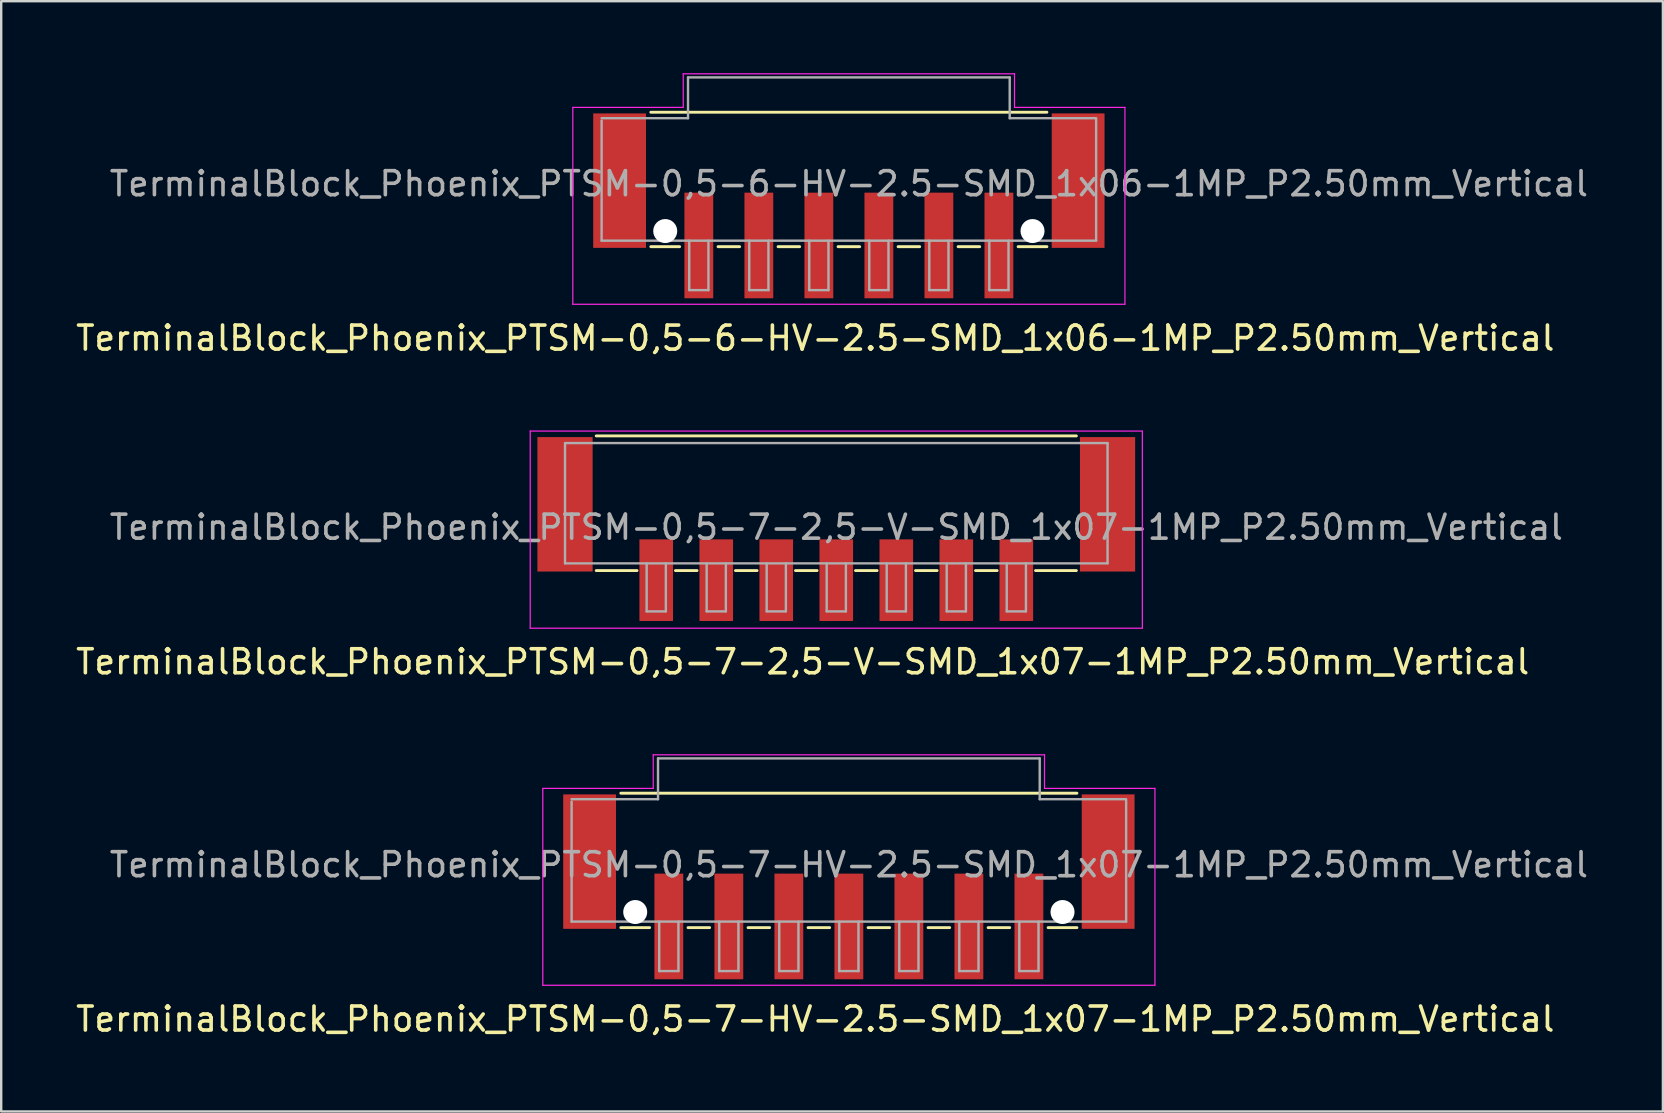
<source format=kicad_pcb>
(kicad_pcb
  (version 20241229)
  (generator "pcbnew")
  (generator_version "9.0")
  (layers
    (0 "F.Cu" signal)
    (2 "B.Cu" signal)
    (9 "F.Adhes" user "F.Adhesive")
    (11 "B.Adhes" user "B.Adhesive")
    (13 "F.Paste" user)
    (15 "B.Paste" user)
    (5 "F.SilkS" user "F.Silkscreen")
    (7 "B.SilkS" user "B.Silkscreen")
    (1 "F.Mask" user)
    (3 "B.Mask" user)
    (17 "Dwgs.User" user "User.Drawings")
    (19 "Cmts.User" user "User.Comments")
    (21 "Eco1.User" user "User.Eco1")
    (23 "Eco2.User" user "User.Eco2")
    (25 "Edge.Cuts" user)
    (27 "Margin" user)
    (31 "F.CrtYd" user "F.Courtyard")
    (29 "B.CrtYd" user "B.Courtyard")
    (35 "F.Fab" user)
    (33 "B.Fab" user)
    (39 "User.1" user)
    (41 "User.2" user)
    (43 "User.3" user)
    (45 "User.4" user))
  (footprint "TerminalBlock_Phoenix_PTSM-0,5-7-HV-2.5-SMD_1x07-1MP_P2.50mm_Vertical"
    (layer "F.Cu")
    (at 32.311 33.892)
    (property "Reference" "TerminalBlock_Phoenix_PTSM-0,5-7-HV-2.5-SMD_1x07-1MP_P2.50mm_Vertical" (at -1.4 5.51 0) (layer "F.SilkS") (effects (font (size 1 1) (thickness 0.15))))
    (attr smd)
    (fp_line (start -9.5 -3.9) (end 9.5 -3.9) (stroke (width 0.12) (type solid)) (layer "F.SilkS"))
    (fp_line (start -8.3 1.7) (end -9.5 1.7) (stroke (width 0.12) (type solid)) (layer "F.SilkS"))
    (fp_line (start -5.8 1.7) (end -6.7 1.7) (stroke (width 0.12) (type solid)) (layer "F.SilkS"))
    (fp_line (start -3.3 1.7) (end -4.2 1.7) (stroke (width 0.12) (type solid)) (layer "F.SilkS"))
    (fp_line (start -0.8 1.7) (end -1.7 1.7) (stroke (width 0.12) (type solid)) (layer "F.SilkS"))
    (fp_line (start 1.7 1.7) (end 0.8 1.7) (stroke (width 0.12) (type solid)) (layer "F.SilkS"))
    (fp_line (start 4.2 1.7) (end 3.3 1.7) (stroke (width 0.12) (type solid)) (layer "F.SilkS"))
    (fp_line (start 6.7 1.7) (end 5.8 1.7) (stroke (width 0.12) (type solid)) (layer "F.SilkS"))
    (fp_line (start 9.5 1.7) (end 8.3 1.7) (stroke (width 0.12) (type solid)) (layer "F.SilkS"))
    (fp_line (start -12.75 -4.1) (end -8.15 -4.1) (stroke (width 0.05) (type solid)) (layer "F.CrtYd"))
    (fp_line (start -12.75 4.1) (end -12.75 -4.1) (stroke (width 0.05) (type solid)) (layer "F.CrtYd"))
    (fp_line (start -8.15 -5.5) (end 8.15 -5.5) (stroke (width 0.05) (type solid)) (layer "F.CrtYd"))
    (fp_line (start -8.15 -4.1) (end -8.15 -5.5) (stroke (width 0.05) (type solid)) (layer "F.CrtYd"))
    (fp_line (start 8.15 -4.1) (end 8.15 -5.5) (stroke (width 0.05) (type solid)) (layer "F.CrtYd"))
    (fp_line (start 12.75 -4.1) (end 8.15 -4.1) (stroke (width 0.05) (type solid)) (layer "F.CrtYd"))
    (fp_line (start 12.75 -4.1) (end 12.75 4.1) (stroke (width 0.05) (type solid)) (layer "F.CrtYd"))
    (fp_line (start 12.75 4.1) (end -12.75 4.1) (stroke (width 0.05) (type solid)) (layer "F.CrtYd"))
    (fp_line (start -11.55 -3.65) (end -7.95 -3.65) (stroke (width 0.1) (type solid)) (layer "F.Fab"))
    (fp_line (start -11.55 1.45) (end -11.55 -3.55) (stroke (width 0.1) (type solid)) (layer "F.Fab"))
    (fp_line (start -7.95 -5.35) (end 7.95 -5.35) (stroke (width 0.1) (type solid)) (layer "F.Fab"))
    (fp_line (start -7.95 -3.65) (end -7.95 -5.35) (stroke (width 0.1) (type solid)) (layer "F.Fab"))
    (fp_line (start -7.9 1.45) (end -7.9 3.51) (stroke (width 0.1) (type solid)) (layer "F.Fab"))
    (fp_line (start -7.9 3.51) (end -7.1 3.51) (stroke (width 0.1) (type solid)) (layer "F.Fab"))
    (fp_line (start -7.1 1.45) (end -7.1 3.51) (stroke (width 0.1) (type solid)) (layer "F.Fab"))
    (fp_line (start -5.4 1.45) (end -5.4 3.51) (stroke (width 0.1) (type solid)) (layer "F.Fab"))
    (fp_line (start -5.4 3.51) (end -4.6 3.51) (stroke (width 0.1) (type solid)) (layer "F.Fab"))
    (fp_line (start -4.6 1.45) (end -4.6 3.51) (stroke (width 0.1) (type solid)) (layer "F.Fab"))
    (fp_line (start -2.9 1.45) (end -2.9 3.51) (stroke (width 0.1) (type solid)) (layer "F.Fab"))
    (fp_line (start -2.9 3.51) (end -2.1 3.51) (stroke (width 0.1) (type solid)) (layer "F.Fab"))
    (fp_line (start -2.1 1.45) (end -2.1 3.51) (stroke (width 0.1) (type solid)) (layer "F.Fab"))
    (fp_line (start -0.4 1.45) (end -0.4 3.51) (stroke (width 0.1) (type solid)) (layer "F.Fab"))
    (fp_line (start -0.4 3.51) (end 0.4 3.51) (stroke (width 0.1) (type solid)) (layer "F.Fab"))
    (fp_line (start 0.4 1.45) (end 0.4 3.51) (stroke (width 0.1) (type solid)) (layer "F.Fab"))
    (fp_line (start 2.1 1.45) (end 2.1 3.51) (stroke (width 0.1) (type solid)) (layer "F.Fab"))
    (fp_line (start 2.1 3.51) (end 2.9 3.51) (stroke (width 0.1) (type solid)) (layer "F.Fab"))
    (fp_line (start 2.9 1.45) (end 2.9 3.51) (stroke (width 0.1) (type solid)) (layer "F.Fab"))
    (fp_line (start 4.6 1.45) (end 4.6 3.51) (stroke (width 0.1) (type solid)) (layer "F.Fab"))
    (fp_line (start 4.6 3.51) (end 5.4 3.51) (stroke (width 0.1) (type solid)) (layer "F.Fab"))
    (fp_line (start 5.4 1.45) (end 5.4 3.51) (stroke (width 0.1) (type solid)) (layer "F.Fab"))
    (fp_line (start 7.1 1.45) (end 7.1 3.51) (stroke (width 0.1) (type solid)) (layer "F.Fab"))
    (fp_line (start 7.1 3.51) (end 7.9 3.51) (stroke (width 0.1) (type solid)) (layer "F.Fab"))
    (fp_line (start 7.9 1.45) (end 7.9 3.51) (stroke (width 0.1) (type solid)) (layer "F.Fab"))
    (fp_line (start 7.95 -5.35) (end 7.95 -3.65) (stroke (width 0.1) (type solid)) (layer "F.Fab"))
    (fp_line (start 7.95 -3.65) (end 11.55 -3.65) (stroke (width 0.1) (type solid)) (layer "F.Fab"))
    (fp_line (start 11.55 1.45) (end -11.55 1.45) (stroke (width 0.1) (type solid)) (layer "F.Fab"))
    (fp_line (start 11.55 1.45) (end 11.55 -3.6) (stroke (width 0.1) (type solid)) (layer "F.Fab"))
    (fp_text user "${REFERENCE}" (at 0 -0.92 0) (layer "F.Fab") (effects (font (size 1 1) (thickness 0.15))))
    (pad "" np_thru_hole circle (at -8.9 1.05) (size 1 1) (drill 1) (layers "*.Cu" "*.Mask"))
    (pad "" np_thru_hole circle (at 8.9 1.05) (size 1 1) (drill 1) (layers "*.Cu" "*.Mask"))
    (pad "1" smd rect (at -7.5 1.65 180) (size 1.2 4.4) (layers "F.Cu" "F.Mask" "F.Paste"))
    (pad "2" smd rect (at -5 1.65 180) (size 1.2 4.4) (layers "F.Cu" "F.Mask" "F.Paste"))
    (pad "3" smd rect (at -2.5 1.65 180) (size 1.2 4.4) (layers "F.Cu" "F.Mask" "F.Paste"))
    (pad "4" smd rect (at 0 1.65 180) (size 1.2 4.4) (layers "F.Cu" "F.Mask" "F.Paste"))
    (pad "5" smd rect (at 2.5 1.65 180) (size 1.2 4.4) (layers "F.Cu" "F.Mask" "F.Paste"))
    (pad "6" smd rect (at 5 1.65 180) (size 1.2 4.4) (layers "F.Cu" "F.Mask" "F.Paste"))
    (pad "7" smd rect (at 7.5 1.65 180) (size 1.2 4.4) (layers "F.Cu" "F.Mask" "F.Paste"))
    (pad "MP" smd rect (at -10.8 -1.05 180) (size 2.2 5.6) (layers "F.Cu" "F.Mask" "F.Paste"))
    (pad "MP" smd rect (at 10.8 -1.05 180) (size 2.2 5.6) (layers "F.Cu" "F.Mask" "F.Paste")))
  (footprint "TerminalBlock_Phoenix_PTSM-0,5-7-2,5-V-SMD_1x07-1MP_P2.50mm_Vertical"
    (layer "F.Cu")
    (at 31.787 18.988)
    (property "Reference" "TerminalBlock_Phoenix_PTSM-0,5-7-2,5-V-SMD_1x07-1MP_P2.50mm_Vertical" (at -1.4 5.53 0) (layer "F.SilkS") (effects (font (size 1 1) (thickness 0.15))))
    (attr smd)
    (fp_line (start -10 -3.88) (end 10 -3.88) (stroke (width 0.12) (type solid)) (layer "F.SilkS"))
    (fp_line (start -8.3 1.73) (end -10 1.73) (stroke (width 0.12) (type solid)) (layer "F.SilkS"))
    (fp_line (start -5.8 1.73) (end -6.7 1.73) (stroke (width 0.12) (type solid)) (layer "F.SilkS"))
    (fp_line (start -3.3 1.73) (end -4.2 1.73) (stroke (width 0.12) (type solid)) (layer "F.SilkS"))
    (fp_line (start -0.8 1.73) (end -1.7 1.73) (stroke (width 0.12) (type solid)) (layer "F.SilkS"))
    (fp_line (start 1.7 1.73) (end 0.8 1.73) (stroke (width 0.12) (type solid)) (layer "F.SilkS"))
    (fp_line (start 4.2 1.73) (end 3.3 1.73) (stroke (width 0.12) (type solid)) (layer "F.SilkS"))
    (fp_line (start 6.7 1.73) (end 5.8 1.73) (stroke (width 0.12) (type solid)) (layer "F.SilkS"))
    (fp_line (start 10 1.73) (end 8.3 1.73) (stroke (width 0.12) (type solid)) (layer "F.SilkS"))
    (fp_line (start -12.75 -4.08) (end 12.75 -4.08) (stroke (width 0.05) (type solid)) (layer "F.CrtYd"))
    (fp_line (start -12.75 4.13) (end -12.75 -4.08) (stroke (width 0.05) (type solid)) (layer "F.CrtYd"))
    (fp_line (start 12.75 -4.08) (end 12.75 4.13) (stroke (width 0.05) (type solid)) (layer "F.CrtYd"))
    (fp_line (start 12.75 4.13) (end -12.75 4.13) (stroke (width 0.05) (type solid)) (layer "F.CrtYd"))
    (fp_line (start -11.3 -3.58) (end 11.3 -3.58) (stroke (width 0.1) (type solid)) (layer "F.Fab"))
    (fp_line (start -11.3 1.43) (end -11.3 -3.58) (stroke (width 0.1) (type solid)) (layer "F.Fab"))
    (fp_line (start -7.9 1.43) (end -7.9 3.43) (stroke (width 0.1) (type solid)) (layer "F.Fab"))
    (fp_line (start -7.9 3.43) (end -7.1 3.43) (stroke (width 0.1) (type solid)) (layer "F.Fab"))
    (fp_line (start -7.1 1.43) (end -7.1 3.43) (stroke (width 0.1) (type solid)) (layer "F.Fab"))
    (fp_line (start -5.4 1.43) (end -5.4 3.43) (stroke (width 0.1) (type solid)) (layer "F.Fab"))
    (fp_line (start -5.4 3.43) (end -4.6 3.43) (stroke (width 0.1) (type solid)) (layer "F.Fab"))
    (fp_line (start -4.6 1.43) (end -4.6 3.43) (stroke (width 0.1) (type solid)) (layer "F.Fab"))
    (fp_line (start -2.9 1.43) (end -2.9 3.43) (stroke (width 0.1) (type solid)) (layer "F.Fab"))
    (fp_line (start -2.9 3.43) (end -2.1 3.43) (stroke (width 0.1) (type solid)) (layer "F.Fab"))
    (fp_line (start -2.1 1.43) (end -2.1 3.43) (stroke (width 0.1) (type solid)) (layer "F.Fab"))
    (fp_line (start -0.4 1.43) (end -0.4 3.43) (stroke (width 0.1) (type solid)) (layer "F.Fab"))
    (fp_line (start -0.4 3.43) (end 0.4 3.43) (stroke (width 0.1) (type solid)) (layer "F.Fab"))
    (fp_line (start 0.4 1.43) (end 0.4 3.43) (stroke (width 0.1) (type solid)) (layer "F.Fab"))
    (fp_line (start 2.1 1.43) (end 2.1 3.43) (stroke (width 0.1) (type solid)) (layer "F.Fab"))
    (fp_line (start 2.1 3.43) (end 2.9 3.43) (stroke (width 0.1) (type solid)) (layer "F.Fab"))
    (fp_line (start 2.9 1.43) (end 2.9 3.43) (stroke (width 0.1) (type solid)) (layer "F.Fab"))
    (fp_line (start 4.6 1.43) (end 4.6 3.43) (stroke (width 0.1) (type solid)) (layer "F.Fab"))
    (fp_line (start 4.6 3.43) (end 5.4 3.43) (stroke (width 0.1) (type solid)) (layer "F.Fab"))
    (fp_line (start 5.4 1.43) (end 5.4 3.43) (stroke (width 0.1) (type solid)) (layer "F.Fab"))
    (fp_line (start 7.1 1.43) (end 7.1 3.43) (stroke (width 0.1) (type solid)) (layer "F.Fab"))
    (fp_line (start 7.1 3.43) (end 7.9 3.43) (stroke (width 0.1) (type solid)) (layer "F.Fab"))
    (fp_line (start 7.9 1.43) (end 7.9 3.43) (stroke (width 0.1) (type solid)) (layer "F.Fab"))
    (fp_line (start 11.3 1.43) (end -11.3 1.43) (stroke (width 0.1) (type solid)) (layer "F.Fab"))
    (fp_line (start 11.3 1.43) (end 11.3 -3.58) (stroke (width 0.1) (type solid)) (layer "F.Fab"))
    (fp_text user "${REFERENCE}" (at 0 -0.075 0) (layer "F.Fab") (effects (font (size 1 1) (thickness 0.15))))
    (pad "1" smd rect (at -7.5 2.13 180) (size 1.4 3.4) (layers "F.Cu" "F.Mask" "F.Paste"))
    (pad "2" smd rect (at -5 2.13 180) (size 1.4 3.4) (layers "F.Cu" "F.Mask" "F.Paste"))
    (pad "3" smd rect (at -2.5 2.13 180) (size 1.4 3.4) (layers "F.Cu" "F.Mask" "F.Paste"))
    (pad "4" smd rect (at 0 2.13 180) (size 1.4 3.4) (layers "F.Cu" "F.Mask" "F.Paste"))
    (pad "5" smd rect (at 2.5 2.13 180) (size 1.4 3.4) (layers "F.Cu" "F.Mask" "F.Paste"))
    (pad "6" smd rect (at 5 2.13 180) (size 1.4 3.4) (layers "F.Cu" "F.Mask" "F.Paste"))
    (pad "7" smd rect (at 7.5 2.13 180) (size 1.4 3.4) (layers "F.Cu" "F.Mask" "F.Paste"))
    (pad "MP" smd rect (at -11.3 -1.03 180) (size 2.3 5.6) (layers "F.Cu" "F.Mask" "F.Paste"))
    (pad "MP" smd rect (at 11.3 -1.03 180) (size 2.3 5.6) (layers "F.Cu" "F.Mask" "F.Paste")))
  (footprint "TerminalBlock_Phoenix_PTSM-0,5-6-HV-2.5-SMD_1x06-1MP_P2.50mm_Vertical"
    (layer "F.Cu")
    (at 32.311 5.525)
    (property "Reference" "TerminalBlock_Phoenix_PTSM-0,5-6-HV-2.5-SMD_1x06-1MP_P2.50mm_Vertical" (at -1.4 5.51 0) (layer "F.SilkS") (effects (font (size 1 1) (thickness 0.15))))
    (attr smd)
    (fp_line (start -8.25 -3.9) (end 8.25 -3.9) (stroke (width 0.12) (type solid)) (layer "F.SilkS"))
    (fp_line (start -7.05 1.7) (end -8.25 1.7) (stroke (width 0.12) (type solid)) (layer "F.SilkS"))
    (fp_line (start -4.55 1.7) (end -5.45 1.7) (stroke (width 0.12) (type solid)) (layer "F.SilkS"))
    (fp_line (start -2.05 1.7) (end -2.95 1.7) (stroke (width 0.12) (type solid)) (layer "F.SilkS"))
    (fp_line (start 0.45 1.7) (end -0.45 1.7) (stroke (width 0.12) (type solid)) (layer "F.SilkS"))
    (fp_line (start 2.95 1.7) (end 2.05 1.7) (stroke (width 0.12) (type solid)) (layer "F.SilkS"))
    (fp_line (start 5.45 1.7) (end 4.55 1.7) (stroke (width 0.12) (type solid)) (layer "F.SilkS"))
    (fp_line (start 8.25 1.7) (end 7.05 1.7) (stroke (width 0.12) (type solid)) (layer "F.SilkS"))
    (fp_line (start -11.5 -4.1) (end -6.9 -4.1) (stroke (width 0.05) (type solid)) (layer "F.CrtYd"))
    (fp_line (start -11.5 4.1) (end -11.5 -4.1) (stroke (width 0.05) (type solid)) (layer "F.CrtYd"))
    (fp_line (start -6.9 -5.5) (end 6.9 -5.5) (stroke (width 0.05) (type solid)) (layer "F.CrtYd"))
    (fp_line (start -6.9 -4.1) (end -6.9 -5.5) (stroke (width 0.05) (type solid)) (layer "F.CrtYd"))
    (fp_line (start 6.9 -4.1) (end 6.9 -5.5) (stroke (width 0.05) (type solid)) (layer "F.CrtYd"))
    (fp_line (start 11.5 -4.1) (end 6.9 -4.1) (stroke (width 0.05) (type solid)) (layer "F.CrtYd"))
    (fp_line (start 11.5 -4.1) (end 11.5 4.1) (stroke (width 0.05) (type solid)) (layer "F.CrtYd"))
    (fp_line (start 11.5 4.1) (end -11.5 4.1) (stroke (width 0.05) (type solid)) (layer "F.CrtYd"))
    (fp_line (start -10.3 -3.65) (end -6.7 -3.65) (stroke (width 0.1) (type solid)) (layer "F.Fab"))
    (fp_line (start -10.3 1.45) (end -10.3 -3.55) (stroke (width 0.1) (type solid)) (layer "F.Fab"))
    (fp_line (start -6.7 -5.35) (end 6.7 -5.35) (stroke (width 0.1) (type solid)) (layer "F.Fab"))
    (fp_line (start -6.7 -3.65) (end -6.7 -5.35) (stroke (width 0.1) (type solid)) (layer "F.Fab"))
    (fp_line (start -6.65 1.45) (end -6.65 3.51) (stroke (width 0.1) (type solid)) (layer "F.Fab"))
    (fp_line (start -6.65 3.51) (end -5.85 3.51) (stroke (width 0.1) (type solid)) (layer "F.Fab"))
    (fp_line (start -5.85 1.45) (end -5.85 3.51) (stroke (width 0.1) (type solid)) (layer "F.Fab"))
    (fp_line (start -4.15 1.45) (end -4.15 3.51) (stroke (width 0.1) (type solid)) (layer "F.Fab"))
    (fp_line (start -4.15 3.51) (end -3.35 3.51) (stroke (width 0.1) (type solid)) (layer "F.Fab"))
    (fp_line (start -3.35 1.45) (end -3.35 3.51) (stroke (width 0.1) (type solid)) (layer "F.Fab"))
    (fp_line (start -1.65 1.45) (end -1.65 3.51) (stroke (width 0.1) (type solid)) (layer "F.Fab"))
    (fp_line (start -1.65 3.51) (end -0.85 3.51) (stroke (width 0.1) (type solid)) (layer "F.Fab"))
    (fp_line (start -0.85 1.45) (end -0.85 3.51) (stroke (width 0.1) (type solid)) (layer "F.Fab"))
    (fp_line (start 0.85 1.45) (end 0.85 3.51) (stroke (width 0.1) (type solid)) (layer "F.Fab"))
    (fp_line (start 0.85 3.51) (end 1.65 3.51) (stroke (width 0.1) (type solid)) (layer "F.Fab"))
    (fp_line (start 1.65 1.45) (end 1.65 3.51) (stroke (width 0.1) (type solid)) (layer "F.Fab"))
    (fp_line (start 3.35 1.45) (end 3.35 3.51) (stroke (width 0.1) (type solid)) (layer "F.Fab"))
    (fp_line (start 3.35 3.51) (end 4.15 3.51) (stroke (width 0.1) (type solid)) (layer "F.Fab"))
    (fp_line (start 4.15 1.45) (end 4.15 3.51) (stroke (width 0.1) (type solid)) (layer "F.Fab"))
    (fp_line (start 5.85 1.45) (end 5.85 3.51) (stroke (width 0.1) (type solid)) (layer "F.Fab"))
    (fp_line (start 5.85 3.51) (end 6.65 3.51) (stroke (width 0.1) (type solid)) (layer "F.Fab"))
    (fp_line (start 6.65 1.45) (end 6.65 3.51) (stroke (width 0.1) (type solid)) (layer "F.Fab"))
    (fp_line (start 6.7 -5.35) (end 6.7 -3.65) (stroke (width 0.1) (type solid)) (layer "F.Fab"))
    (fp_line (start 6.7 -3.65) (end 10.3 -3.65) (stroke (width 0.1) (type solid)) (layer "F.Fab"))
    (fp_line (start 10.3 1.45) (end -10.3 1.45) (stroke (width 0.1) (type solid)) (layer "F.Fab"))
    (fp_line (start 10.3 1.45) (end 10.3 -3.6) (stroke (width 0.1) (type solid)) (layer "F.Fab"))
    (fp_text user "${REFERENCE}" (at 0 -0.92 0) (layer "F.Fab") (effects (font (size 1 1) (thickness 0.15))))
    (pad "" np_thru_hole circle (at -7.65 1.05) (size 1 1) (drill 1) (layers "*.Cu" "*.Mask"))
    (pad "" np_thru_hole circle (at 7.65 1.05) (size 1 1) (drill 1) (layers "*.Cu" "*.Mask"))
    (pad "1" smd rect (at -6.25 1.65 180) (size 1.2 4.4) (layers "F.Cu" "F.Mask" "F.Paste"))
    (pad "2" smd rect (at -3.75 1.65 180) (size 1.2 4.4) (layers "F.Cu" "F.Mask" "F.Paste"))
    (pad "3" smd rect (at -1.25 1.65 180) (size 1.2 4.4) (layers "F.Cu" "F.Mask" "F.Paste"))
    (pad "4" smd rect (at 1.25 1.65 180) (size 1.2 4.4) (layers "F.Cu" "F.Mask" "F.Paste"))
    (pad "5" smd rect (at 3.75 1.65 180) (size 1.2 4.4) (layers "F.Cu" "F.Mask" "F.Paste"))
    (pad "6" smd rect (at 6.25 1.65 180) (size 1.2 4.4) (layers "F.Cu" "F.Mask" "F.Paste"))
    (pad "MP" smd rect (at -9.55 -1.05 180) (size 2.2 5.6) (layers "F.Cu" "F.Mask" "F.Paste"))
    (pad "MP" smd rect (at 9.55 -1.05 180) (size 2.2 5.6) (layers "F.Cu" "F.Mask" "F.Paste")))
  (gr_rect
    (start -3 -3)
    (end 66.221 43.25)
    (stroke (width 0.1) (type default))
    (fill no)
    (layer "Edge.Cuts")))
</source>
